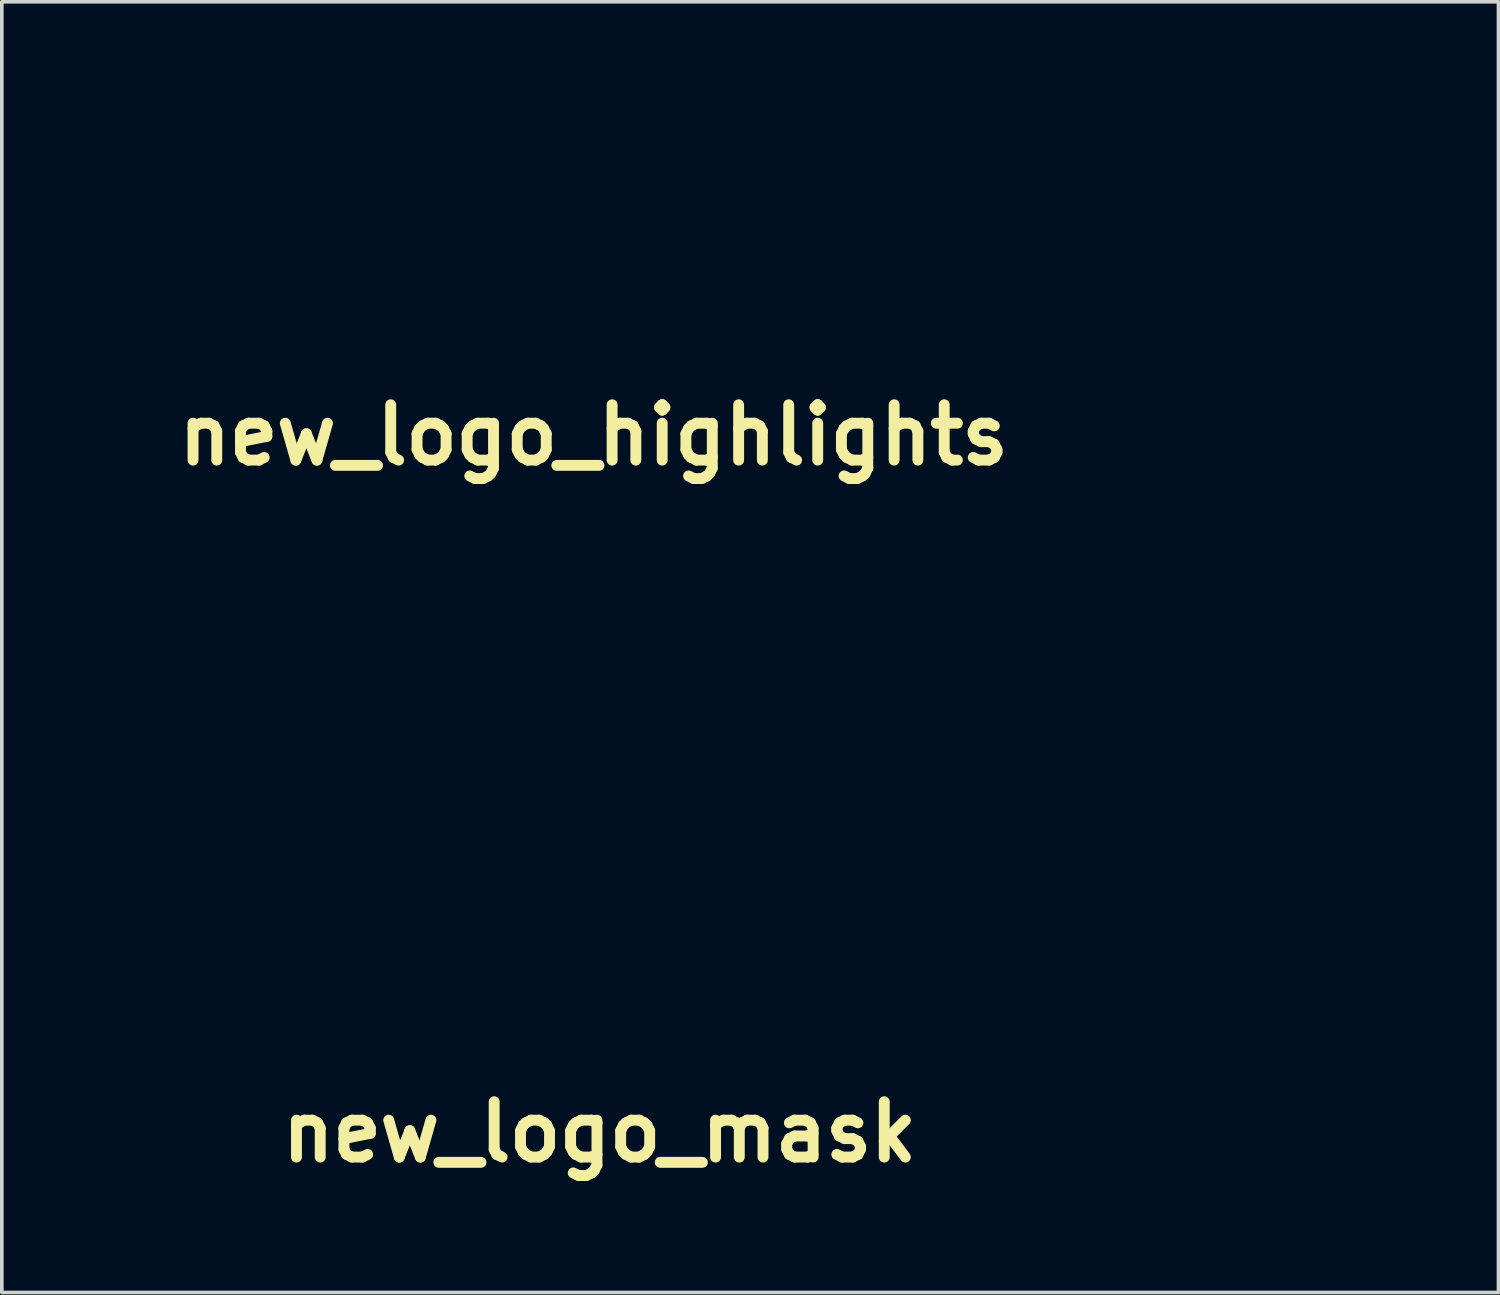
<source format=kicad_pcb>
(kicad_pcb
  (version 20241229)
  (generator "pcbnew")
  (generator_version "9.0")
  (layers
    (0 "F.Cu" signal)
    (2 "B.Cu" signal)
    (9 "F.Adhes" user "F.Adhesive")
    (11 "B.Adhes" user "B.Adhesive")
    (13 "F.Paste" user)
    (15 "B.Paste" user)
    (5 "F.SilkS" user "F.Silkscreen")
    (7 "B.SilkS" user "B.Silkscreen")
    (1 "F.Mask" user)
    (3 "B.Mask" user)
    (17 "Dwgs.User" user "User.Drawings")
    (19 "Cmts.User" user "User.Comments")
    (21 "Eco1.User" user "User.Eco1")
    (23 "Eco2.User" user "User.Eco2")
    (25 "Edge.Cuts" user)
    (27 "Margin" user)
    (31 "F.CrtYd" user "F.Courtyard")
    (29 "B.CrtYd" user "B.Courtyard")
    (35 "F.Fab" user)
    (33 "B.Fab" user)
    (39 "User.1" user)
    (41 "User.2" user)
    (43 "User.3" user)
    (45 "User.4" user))
  (footprint "new_logo_mask"
    (layer "F.Cu")
    (at 13.459 28.119)
    (property "Reference" "new_logo_mask" (at 0 0 0) (layer "F.SilkS") (effects (font (size 1.524 1.524) (thickness 0.3))))
    (attr board_only exclude_from_pos_files exclude_from_bom)
    (fp_poly (pts (xy 5.952 -6.663) (xy 5.546 -6.365) (xy 5.37 -6.235) (xy 5.13 -6.056) (xy 4.847 -5.846) (xy 4.546 -5.621) (xy 4.27 -5.414) (xy 3.399 -4.761) (xy 2.97 -4.733) (xy 2.541 -4.705) (xy 3.161 -5.294) (xy 3.42 -5.54) (xy 3.697 -5.799) (xy 3.96 -6.045) (xy 4.181 -6.25) (xy 4.223 -6.288) (xy 4.667 -6.693)) (stroke (width 0) (type solid)) (fill yes) (layer "F.Mask"))
    (fp_poly (pts (xy 13.615 -6.678) (xy 14.239 -6.663) (xy 13.288 -5.956) (xy 12.983 -5.729) (xy 12.685 -5.507) (xy 12.412 -5.304) (xy 12.184 -5.135) (xy 12.021 -5.013) (xy 11.997 -4.995) (xy 11.815 -4.865) (xy 11.677 -4.787) (xy 11.541 -4.747) (xy 11.364 -4.728) (xy 11.268 -4.723) (xy 10.879 -4.705) (xy 11.409 -5.239) (xy 11.667 -5.493) (xy 11.96 -5.772) (xy 12.25 -6.041) (xy 12.464 -6.233) (xy 12.99 -6.693)) (stroke (width 0) (type solid)) (fill yes) (layer "F.Mask"))
    (fp_poly (pts (xy -10.816 -6.678) (xy -10.206 -6.663) (xy -11.127 -5.98) (xy -11.553 -5.664) (xy -11.902 -5.405) (xy -12.181 -5.199) (xy -12.402 -5.04) (xy -12.573 -4.921) (xy -12.703 -4.837) (xy -12.804 -4.781) (xy -12.883 -4.749) (xy -12.951 -4.734) (xy -13.017 -4.73) (xy -13.091 -4.731) (xy -13.157 -4.732) (xy -13.339 -4.734) (xy -13.433 -4.747) (xy -13.459 -4.778) (xy -13.438 -4.834) (xy -13.437 -4.836) (xy -13.377 -4.91) (xy -13.251 -5.042) (xy -13.073 -5.219) (xy -12.859 -5.427) (xy -12.622 -5.65) (xy -12.378 -5.876) (xy -12.142 -6.091) (xy -11.928 -6.28) (xy -11.752 -6.429) (xy -11.736 -6.442) (xy -11.425 -6.694)) (stroke (width 0) (type solid)) (fill yes) (layer "F.Mask"))
    (fp_poly (pts (xy 20.857 -4.54) (xy 20.872 -4.538) (xy 21.207 -4.432) (xy 21.47 -4.248) (xy 21.647 -4.008) (xy 21.723 -3.856) (xy 21.749 -3.77) (xy 21.73 -3.722) (xy 21.688 -3.693) (xy 21.609 -3.609) (xy 21.593 -3.553) (xy 21.547 -3.442) (xy 21.436 -3.337) (xy 21.299 -3.271) (xy 21.241 -3.263) (xy 21.104 -3.231) (xy 21.018 -3.184) (xy 20.898 -3.119) (xy 20.821 -3.102) (xy 20.742 -3.052) (xy 20.712 -2.959) (xy 20.695 -2.817) (xy 20.546 -2.936) (xy 20.427 -3.075) (xy 20.396 -3.227) (xy 20.408 -3.391) (xy 20.439 -3.62) (xy 20.482 -3.878) (xy 20.531 -4.127) (xy 20.58 -4.33) (xy 20.609 -4.422) (xy 20.658 -4.52) (xy 20.727 -4.553)) (stroke (width 0) (type solid)) (fill yes) (layer "F.Mask"))
    (fp_poly (pts (xy -1.091 -6.683) (xy -0.762 -6.681) (xy -0.507 -6.677) (xy -0.32 -6.671) (xy -0.191 -6.663) (xy -0.112 -6.653) (xy -0.074 -6.639) (xy -0.069 -6.623) (xy -0.084 -6.606) (xy -0.152 -6.555) (xy -0.297 -6.448) (xy -0.508 -6.293) (xy -0.774 -6.098) (xy -1.084 -5.871) (xy -1.427 -5.62) (xy -1.713 -5.411) (xy -2.078 -5.144) (xy -2.421 -4.891) (xy -2.731 -4.662) (xy -2.996 -4.464) (xy -3.205 -4.307) (xy -3.345 -4.198) (xy -3.399 -4.154) (xy -3.488 -4.082) (xy -3.649 -3.955) (xy -3.87 -3.785) (xy -4.135 -3.582) (xy -4.431 -3.358) (xy -4.65 -3.193) (xy -4.952 -2.966) (xy -5.228 -2.76) (xy -5.463 -2.582) (xy -5.647 -2.444) (xy -5.766 -2.354) (xy -5.806 -2.324) (xy -5.864 -2.302) (xy -5.874 -2.319) (xy -5.835 -2.365) (xy -5.726 -2.478) (xy -5.555 -2.646) (xy -5.331 -2.863) (xy -5.063 -3.12) (xy -4.76 -3.407) (xy -4.45 -3.699) (xy -4.097 -4.029) (xy -3.748 -4.357) (xy -3.416 -4.669) (xy -3.116 -4.953) (xy -2.859 -5.196) (xy -2.659 -5.386) (xy -2.56 -5.481) (xy -2.094 -5.93) (xy -2.842 -5.916) (xy -3.113 -5.913) (xy -3.34 -5.915) (xy -3.504 -5.923) (xy -3.585 -5.934) (xy -3.59 -5.938) (xy -3.634 -6.032) (xy -3.75 -6.156) (xy -3.915 -6.29) (xy -4.105 -6.413) (xy -4.17 -6.448) (xy -4.513 -6.581) (xy -4.868 -6.64) (xy -4.891 -6.647) (xy -4.815 -6.653) (xy -4.646 -6.659) (xy -4.394 -6.665) (xy -4.068 -6.67) (xy -3.676 -6.675) (xy -3.226 -6.678) (xy -2.727 -6.681) (xy -2.613 -6.681) (xy -2.008 -6.683) (xy -1.504 -6.684)) (stroke (width 0) (type solid)) (fill yes) (layer "F.Mask")))
  (footprint "new_logo_highlights"
    (layer "F.Cu")
    (at 13.296 8.929)
    (property "Reference" "new_logo_highlights" (at 0 0 0) (layer "F.SilkS") (effects (font (size 1.524 1.524) (thickness 0.3))))
    (attr board_only exclude_from_pos_files exclude_from_bom)
    (fp_poly (pts (xy 13.426 -6.579) (xy 14.054 -6.564) (xy 13.689 -6.296) (xy 13.531 -6.18) (xy 13.308 -6.015) (xy 13.038 -5.816) (xy 12.743 -5.597) (xy 12.443 -5.374) (xy 12.409 -5.349) (xy 11.495 -4.67) (xy 11.107 -4.652) (xy 10.719 -4.635) (xy 11.24 -5.161) (xy 11.494 -5.412) (xy 11.783 -5.687) (xy 12.069 -5.952) (xy 12.28 -6.141) (xy 12.798 -6.595)) (stroke (width 0) (type solid)) (fill yes) (layer "F.Mask"))
    (fp_poly (pts (xy -10.967 -5.879) (xy -11.384 -5.569) (xy -11.724 -5.316) (xy -11.997 -5.115) (xy -12.213 -4.96) (xy -12.382 -4.845) (xy -12.514 -4.764) (xy -12.617 -4.711) (xy -12.703 -4.681) (xy -12.78 -4.666) (xy -12.858 -4.662) (xy -12.948 -4.662) (xy -12.964 -4.662) (xy -13.296 -4.662) (xy -13.204 -4.809) (xy -13.132 -4.898) (xy -12.993 -5.043) (xy -12.803 -5.229) (xy -12.578 -5.444) (xy -12.332 -5.672) (xy -12.08 -5.901) (xy -11.837 -6.115) (xy -11.618 -6.3) (xy -11.565 -6.344) (xy -11.26 -6.591) (xy -10.011 -6.591)) (stroke (width 0) (type solid)) (fill yes) (layer "F.Mask"))
    (fp_poly (pts (xy 5.517 -6.585) (xy 5.725 -6.569) (xy 5.833 -6.541) (xy 5.837 -6.504) (xy 5.768 -6.468) (xy 5.708 -6.429) (xy 5.573 -6.335) (xy 5.377 -6.194) (xy 5.13 -6.014) (xy 4.846 -5.805) (xy 4.535 -5.574) (xy 4.522 -5.565) (xy 3.349 -4.69) (xy 2.934 -4.662) (xy 2.738 -4.651) (xy 2.592 -4.644) (xy 2.522 -4.644) (xy 2.519 -4.645) (xy 2.556 -4.683) (xy 2.661 -4.785) (xy 2.825 -4.94) (xy 3.036 -5.14) (xy 3.284 -5.374) (xy 3.55 -5.623) (xy 4.58 -6.591) (xy 5.211 -6.591)) (stroke (width 0) (type solid)) (fill yes) (layer "F.Mask"))
    (fp_poly (pts (xy -1.078 -6.582) (xy -0.755 -6.58) (xy -0.505 -6.576) (xy -0.321 -6.571) (xy -0.193 -6.564) (xy -0.114 -6.554) (xy -0.074 -6.541) (xy -0.066 -6.524) (xy -0.081 -6.505) (xy -0.107 -6.483) (xy -0.268 -6.362) (xy -0.494 -6.194) (xy -0.77 -5.99) (xy -1.08 -5.762) (xy -1.412 -5.518) (xy -1.749 -5.272) (xy -2.077 -5.032) (xy -2.382 -4.81) (xy -2.649 -4.617) (xy -2.863 -4.463) (xy -3.009 -4.359) (xy -3.036 -4.34) (xy -3.211 -4.216) (xy -3.349 -4.112) (xy -3.428 -4.043) (xy -3.438 -4.03) (xy -3.484 -3.987) (xy -3.605 -3.889) (xy -3.788 -3.745) (xy -4.023 -3.565) (xy -4.297 -3.357) (xy -4.555 -3.163) (xy -4.856 -2.938) (xy -5.131 -2.732) (xy -5.368 -2.555) (xy -5.553 -2.416) (xy -5.676 -2.324) (xy -5.72 -2.29) (xy -5.778 -2.268) (xy -5.787 -2.284) (xy -5.749 -2.33) (xy -5.642 -2.441) (xy -5.473 -2.608) (xy -5.252 -2.823) (xy -4.988 -3.076) (xy -4.688 -3.361) (xy -4.363 -3.668) (xy -4.36 -3.671) (xy -4.011 -3.998) (xy -3.668 -4.321) (xy -3.343 -4.627) (xy -3.049 -4.905) (xy -2.798 -5.142) (xy -2.603 -5.326) (xy -2.498 -5.427) (xy -2.063 -5.843) (xy -2.827 -5.828) (xy -3.169 -5.826) (xy -3.408 -5.832) (xy -3.547 -5.848) (xy -3.59 -5.872) (xy -3.63 -5.934) (xy -3.729 -6.034) (xy -3.862 -6.148) (xy -4.002 -6.253) (xy -4.064 -6.293) (xy -4.176 -6.34) (xy -4.36 -6.399) (xy -4.58 -6.46) (xy -4.802 -6.512) (xy -4.93 -6.536) (xy -4.927 -6.544) (xy -4.825 -6.552) (xy -4.634 -6.559) (xy -4.364 -6.566) (xy -4.022 -6.571) (xy -3.619 -6.576) (xy -3.163 -6.579) (xy -2.663 -6.581) (xy -2.572 -6.581) (xy -1.978 -6.582) (xy -1.483 -6.582)) (stroke (width 0) (type solid)) (fill yes) (layer "F.Mask"))
    (fp_poly (pts (xy 18.605 -8.893) (xy 18.8 -8.825) (xy 18.947 -8.724) (xy 19.073 -8.565) (xy 19.176 -8.386) (xy 19.248 -8.232) (xy 19.291 -8.086) (xy 19.311 -7.909) (xy 19.317 -7.665) (xy 19.317 -7.654) (xy 19.315 -7.422) (xy 19.302 -7.269) (xy 19.273 -7.168) (xy 19.222 -7.089) (xy 19.191 -7.054) (xy 19.113 -6.953) (xy 19.085 -6.847) (xy 19.098 -6.689) (xy 19.101 -6.673) (xy 19.138 -6.427) (xy 19.527 -6.462) (xy 19.917 -6.497) (xy 20.033 -6.31) (xy 20.134 -6.18) (xy 20.258 -6.115) (xy 20.376 -6.092) (xy 20.57 -6.038) (xy 20.735 -5.917) (xy 20.778 -5.872) (xy 20.904 -5.694) (xy 20.955 -5.504) (xy 20.931 -5.286) (xy 20.829 -5.02) (xy 20.74 -4.847) (xy 20.528 -4.461) (xy 20.732 -4.428) (xy 20.996 -4.334) (xy 21.211 -4.146) (xy 21.331 -3.958) (xy 21.426 -3.797) (xy 21.527 -3.661) (xy 21.55 -3.636) (xy 21.62 -3.544) (xy 21.637 -3.436) (xy 21.619 -3.303) (xy 21.596 -3.114) (xy 21.586 -2.889) (xy 21.587 -2.786) (xy 21.585 -2.573) (xy 21.553 -2.444) (xy 21.477 -2.377) (xy 21.346 -2.351) (xy 21.325 -2.35) (xy 21.181 -2.329) (xy 21.08 -2.294) (xy 21.076 -2.291) (xy 20.971 -2.255) (xy 20.915 -2.255) (xy 20.784 -2.244) (xy 20.716 -2.223) (xy 20.607 -2.226) (xy 20.507 -2.311) (xy 20.438 -2.453) (xy 20.416 -2.599) (xy 20.392 -2.749) (xy 20.31 -2.848) (xy 20.158 -2.9) (xy 19.922 -2.913) (xy 19.764 -2.906) (xy 19.553 -2.89) (xy 19.425 -2.867) (xy 19.357 -2.832) (xy 19.326 -2.777) (xy 19.322 -2.766) (xy 19.324 -2.684) (xy 19.382 -2.588) (xy 19.511 -2.456) (xy 19.56 -2.411) (xy 19.702 -2.28) (xy 19.778 -2.189) (xy 19.801 -2.112) (xy 19.788 -2.018) (xy 19.779 -1.983) (xy 19.743 -1.836) (xy 19.695 -1.628) (xy 19.646 -1.403) (xy 19.643 -1.391) (xy 19.557 -0.986) (xy 18.862 -1.031) (xy 18.862 -0.683) (xy 18.866 -0.493) (xy 18.882 -0.383) (xy 18.921 -0.322) (xy 18.994 -0.283) (xy 19.01 -0.277) (xy 19.167 -0.228) (xy 19.286 -0.203) (xy 19.433 -0.136) (xy 19.546 0.006) (xy 19.618 0.196) (xy 19.642 0.405) (xy 19.611 0.605) (xy 19.522 0.763) (xy 19.45 0.866) (xy 19.433 0.94) (xy 19.416 1.002) (xy 19.359 1.147) (xy 19.266 1.362) (xy 19.145 1.634) (xy 19 1.95) (xy 18.837 2.296) (xy 18.837 2.298) (xy 18.673 2.645) (xy 18.525 2.962) (xy 18.4 3.236) (xy 18.304 3.453) (xy 18.241 3.6) (xy 18.219 3.663) (xy 18.196 3.749) (xy 18.139 3.884) (xy 18.114 3.935) (xy 18.008 4.142) (xy 18.176 4.333) (xy 18.38 4.564) (xy 18.529 4.726) (xy 18.641 4.832) (xy 18.729 4.892) (xy 18.811 4.921) (xy 18.902 4.929) (xy 18.951 4.93) (xy 19.097 4.936) (xy 19.165 4.966) (xy 19.184 5.035) (xy 19.184 5.057) (xy 19.177 5.134) (xy 19.146 5.196) (xy 19.073 5.257) (xy 18.941 5.33) (xy 18.733 5.428) (xy 18.656 5.463) (xy 18.454 5.55) (xy 18.317 5.597) (xy 18.212 5.61) (xy 18.107 5.593) (xy 18.04 5.574) (xy 17.849 5.491) (xy 17.667 5.374) (xy 17.642 5.353) (xy 17.502 5.241) (xy 17.415 5.206) (xy 17.36 5.246) (xy 17.332 5.314) (xy 17.299 5.396) (xy 17.228 5.559) (xy 17.125 5.785) (xy 16.999 6.06) (xy 16.857 6.365) (xy 16.82 6.444) (xy 16.664 6.784) (xy 16.533 7.086) (xy 16.432 7.337) (xy 16.367 7.521) (xy 16.344 7.623) (xy 16.317 7.773) (xy 16.26 7.881) (xy 16.216 7.943) (xy 16.204 8.017) (xy 16.225 8.137) (xy 16.264 8.287) (xy 16.341 8.556) (xy 16.399 8.742) (xy 16.448 8.861) (xy 16.495 8.935) (xy 16.55 8.982) (xy 16.586 9.003) (xy 16.698 9.107) (xy 16.708 9.239) (xy 16.676 9.309) (xy 16.605 9.353) (xy 16.461 9.403) (xy 16.278 9.449) (xy 16.082 9.487) (xy 15.957 9.497) (xy 15.868 9.479) (xy 15.783 9.432) (xy 15.782 9.432) (xy 15.7 9.35) (xy 15.582 9.197) (xy 15.444 8.996) (xy 15.315 8.787) (xy 14.987 8.234) (xy 15.113 7.996) (xy 15.2 7.853) (xy 15.278 7.755) (xy 15.309 7.732) (xy 15.355 7.664) (xy 15.349 7.588) (xy 15.362 7.447) (xy 15.42 7.339) (xy 15.469 7.236) (xy 15.533 7.034) (xy 15.612 6.743) (xy 15.701 6.371) (xy 15.778 6.028) (xy 15.857 5.682) (xy 15.933 5.368) (xy 16.002 5.102) (xy 16.061 4.9) (xy 16.104 4.78) (xy 16.118 4.756) (xy 16.227 4.68) (xy 16.304 4.662) (xy 16.378 4.641) (xy 16.367 4.568) (xy 16.328 4.392) (xy 16.348 4.209) (xy 16.41 4.085) (xy 16.464 3.959) (xy 16.454 3.89) (xy 16.449 3.8) (xy 16.463 3.629) (xy 16.492 3.4) (xy 16.535 3.138) (xy 16.539 3.113) (xy 16.596 2.797) (xy 16.656 2.464) (xy 16.711 2.156) (xy 16.747 1.956) (xy 16.824 1.614) (xy 16.922 1.361) (xy 17.05 1.181) (xy 17.218 1.055) (xy 17.267 1.031) (xy 17.392 0.965) (xy 17.462 0.912) (xy 17.468 0.901) (xy 17.42 0.869) (xy 17.289 0.843) (xy 17.1 0.824) (xy 16.878 0.814) (xy 16.647 0.815) (xy 16.474 0.826) (xy 16.237 0.84) (xy 16.073 0.83) (xy 15.946 0.792) (xy 15.914 0.777) (xy 15.72 0.622) (xy 15.596 0.413) (xy 15.542 0.174) (xy 15.56 -0.069) (xy 15.651 -0.293) (xy 15.815 -0.47) (xy 15.864 -0.502) (xy 15.98 -0.608) (xy 16.06 -0.782) (xy 16.08 -0.855) (xy 16.125 -1.011) (xy 16.174 -1.092) (xy 16.256 -1.125) (xy 16.367 -1.136) (xy 16.508 -1.155) (xy 16.576 -1.199) (xy 16.601 -1.292) (xy 16.602 -1.302) (xy 16.592 -1.421) (xy 16.518 -1.537) (xy 16.425 -1.63) (xy 16.231 -1.808) (xy 16.317 -2.311) (xy 16.365 -2.594) (xy 16.403 -2.787) (xy 16.437 -2.907) (xy 16.475 -2.969) (xy 16.525 -2.99) (xy 16.595 -2.985) (xy 16.64 -2.977) (xy 16.79 -2.973) (xy 16.852 -3.024) (xy 16.827 -3.135) (xy 16.751 -3.261) (xy 16.637 -3.495) (xy 16.611 -3.7) (xy 16.61 -3.939) (xy 16.329 -3.643) (xy 16.175 -3.481) (xy 15.976 -3.27) (xy 15.761 -3.041) (xy 15.597 -2.866) (xy 15.418 -2.683) (xy 15.26 -2.534) (xy 15.14 -2.435) (xy 15.075 -2.4) (xy 15.073 -2.401) (xy 15.012 -2.366) (xy 14.971 -2.258) (xy 14.931 -2.173) (xy 14.835 -2.042) (xy 14.677 -1.861) (xy 14.45 -1.622) (xy 14.151 -1.32) (xy 14.055 -1.225) (xy 13.172 -0.351) (xy 13.207 -0.086) (xy 13.238 0.09) (xy 13.275 0.232) (xy 13.293 0.274) (xy 13.34 0.423) (xy 13.325 0.547) (xy 13.262 0.622) (xy 13.164 0.625) (xy 13.096 0.584) (xy 13.022 0.503) (xy 12.918 0.363) (xy 12.829 0.23) (xy 12.692 0.045) (xy 12.573 -0.04) (xy 12.459 -0.03) (xy 12.338 0.073) (xy 12.315 0.1) (xy 12.163 0.226) (xy 11.979 0.288) (xy 11.797 0.284) (xy 11.653 0.207) (xy 11.642 0.195) (xy 11.545 0.014) (xy 11.544 -0.195) (xy 11.632 -0.421) (xy 11.805 -0.653) (xy 12.057 -0.881) (xy 12.297 -1.046) (xy 12.464 -1.156) (xy 12.588 -1.252) (xy 12.645 -1.317) (xy 12.646 -1.324) (xy 12.687 -1.404) (xy 12.722 -1.431) (xy 12.788 -1.483) (xy 12.913 -1.594) (xy 13.08 -1.749) (xy 13.272 -1.932) (xy 13.298 -1.956) (xy 13.53 -2.178) (xy 13.776 -2.407) (xy 14.004 -2.617) (xy 14.16 -2.756) (xy 14.36 -2.944) (xy 14.478 -3.085) (xy 14.521 -3.189) (xy 14.522 -3.2) (xy 14.557 -3.277) (xy 14.656 -3.418) (xy 14.806 -3.611) (xy 14.997 -3.844) (xy 15.217 -4.103) (xy 15.456 -4.376) (xy 15.702 -4.651) (xy 15.943 -4.914) (xy 16.169 -5.154) (xy 16.368 -5.357) (xy 16.53 -5.511) (xy 16.642 -5.603) (xy 16.676 -5.622) (xy 16.766 -5.664) (xy 16.811 -5.729) (xy 16.825 -5.852) (xy 16.826 -5.941) (xy 16.831 -6.101) (xy 16.856 -6.185) (xy 16.919 -6.225) (xy 16.983 -6.242) (xy 17.14 -6.276) (xy 17.013 -6.463) (xy 16.88 -6.729) (xy 16.809 -7.023) (xy 16.801 -7.319) (xy 16.853 -7.592) (xy 16.967 -7.815) (xy 17.05 -7.904) (xy 17.163 -7.99) (xy 17.244 -8.036) (xy 17.254 -8.038) (xy 17.269 -8.081) (xy 17.244 -8.185) (xy 17.24 -8.193) (xy 17.223 -8.37) (xy 17.309 -8.535) (xy 17.501 -8.689) (xy 17.618 -8.754) (xy 17.968 -8.884) (xy 18.317 -8.929)) (stroke (width 0) (type solid)) (fill yes) (layer "F.Mask")))
  (gr_rect
    (start -3 -3)
    (end 38.208 32.537)
    (stroke (width 0.1) (type default))
    (fill no)
    (layer "Edge.Cuts")))
</source>
